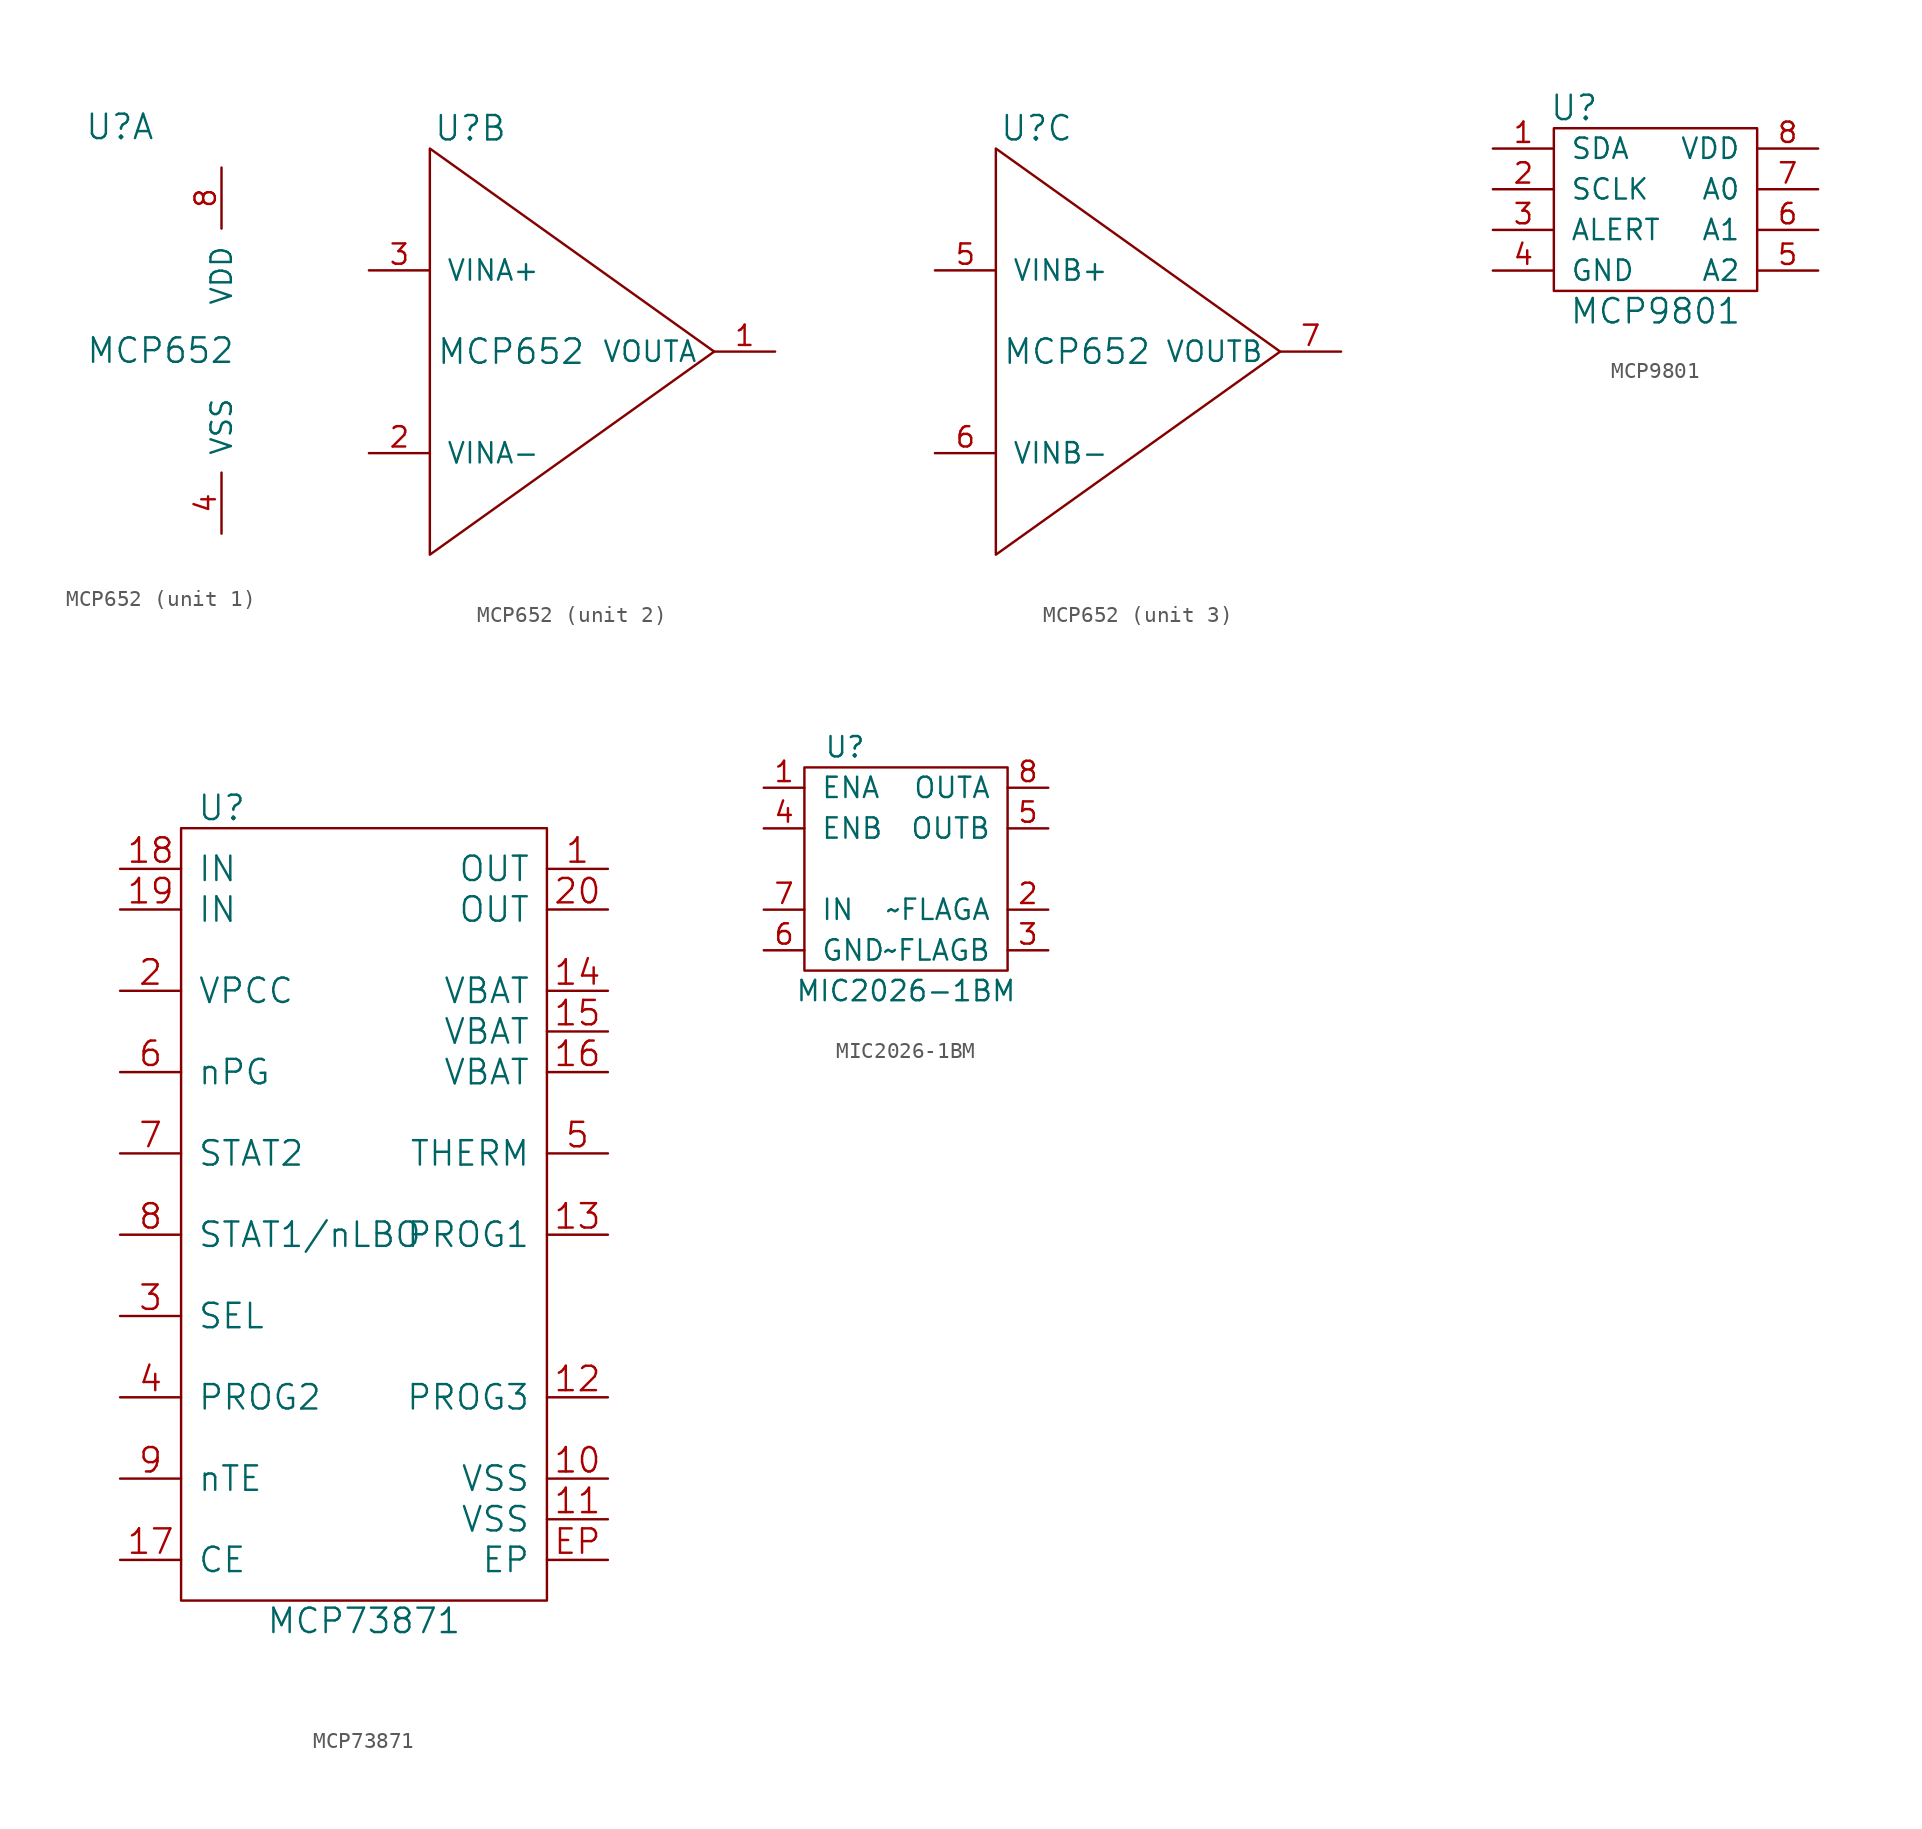
<source format=kicad_sym>
(kicad_symbol_lib
  (version 20210619)
  (generator kicad_symbol_editor)
  (symbol "tinkerforge:MCP652"
    (pin_names
      (offset 1.016))
    (property "Reference" "U"
      (at -6.35 13.97 0)
      (effects (font (size 1.524 1.524))))
    (property "Value" "MCP652"
      (at -3.81 0 0)
      (effects (font (size 1.524 1.524))))
    (property "Footprint" ""
      (at 0 0 0)
      (effects (font (size 1.524 1.524))))
    (property "Datasheet" ""
      (at 0 0 0)
      (effects (font (size 1.524 1.524))))
    (symbol "MCP652_1_1"
      (pin passive line (at 0 -11.43 90) (length 3.81) (name "VSS" (effects (font (size 1.27 1.27)))) (number "4" (effects (font (size 1.27 1.27)))))
      (pin passive line (at 0 11.43 270) (length 3.81) (name "VDD" (effects (font (size 1.27 1.27)))) (number "8" (effects (font (size 1.27 1.27))))))
    (symbol "MCP652_2_1"
      (polyline (pts (xy -8.89 12.7) (xy -8.89 -12.7) (xy 8.89 0) (xy -8.89 12.7) (xy -8.89 12.7)) (stroke (width 0)) (fill (type none)))
      (pin passive line (at 12.7 0 180) (length 3.81) (name "VOUTA" (effects (font (size 1.27 1.27)))) (number "1" (effects (font (size 1.27 1.27)))))
      (pin passive line (at -12.7 -6.35 0) (length 3.81) (name "VINA-" (effects (font (size 1.27 1.27)))) (number "2" (effects (font (size 1.27 1.27)))))
      (pin passive line (at -12.7 5.08 0) (length 3.81) (name "VINA+" (effects (font (size 1.27 1.27)))) (number "3" (effects (font (size 1.27 1.27))))))
    (symbol "MCP652_3_1"
      (polyline (pts (xy -8.89 12.7) (xy -8.89 -12.7) (xy 8.89 0) (xy -8.89 12.7) (xy -8.89 12.7) (xy -8.89 12.7)) (stroke (width 0)) (fill (type none)))
      (pin passive line (at -12.7 5.08 0) (length 3.81) (name "VINB+" (effects (font (size 1.27 1.27)))) (number "5" (effects (font (size 1.27 1.27)))))
      (pin passive line (at -12.7 -6.35 0) (length 3.81) (name "VINB-" (effects (font (size 1.27 1.27)))) (number "6" (effects (font (size 1.27 1.27)))))
      (pin passive line (at 12.7 0 180) (length 3.81) (name "VOUTB" (effects (font (size 1.27 1.27)))) (number "7" (effects (font (size 1.27 1.27)))))))
  (symbol "tinkerforge:MCP9801"
    (pin_names
      (offset 1.016))
    (property "Reference" "U"
      (at -5.08 6.35 0)
      (effects (font (size 1.524 1.524))))
    (property "Value" "MCP9801"
      (at 0 -6.35 0)
      (effects (font (size 1.524 1.524))))
    (property "Footprint" ""
      (at 0 0 0)
      (effects (font (size 1.524 1.524))))
    (property "Datasheet" ""
      (at 0 0 0)
      (effects (font (size 1.524 1.524))))
    (symbol "MCP9801_0_1"
      (rectangle (start -6.35 5.08) (end 6.35 -5.08) (stroke (width 0)) (fill (type none))))
    (symbol "MCP9801_1_1"
      (pin passive line (at -10.16 3.81 0) (length 3.81) (name "SDA" (effects (font (size 1.27 1.27)))) (number "1" (effects (font (size 1.27 1.27)))))
      (pin passive line (at -10.16 1.27 0) (length 3.81) (name "SCLK" (effects (font (size 1.27 1.27)))) (number "2" (effects (font (size 1.27 1.27)))))
      (pin passive line (at -10.16 -1.27 0) (length 3.81) (name "ALERT" (effects (font (size 1.27 1.27)))) (number "3" (effects (font (size 1.27 1.27)))))
      (pin passive line (at -10.16 -3.81 0) (length 3.81) (name "GND" (effects (font (size 1.27 1.27)))) (number "4" (effects (font (size 1.27 1.27)))))
      (pin passive line (at 10.16 -3.81 180) (length 3.81) (name "A2" (effects (font (size 1.27 1.27)))) (number "5" (effects (font (size 1.27 1.27)))))
      (pin passive line (at 10.16 -1.27 180) (length 3.81) (name "A1" (effects (font (size 1.27 1.27)))) (number "6" (effects (font (size 1.27 1.27)))))
      (pin passive line (at 10.16 1.27 180) (length 3.81) (name "A0" (effects (font (size 1.27 1.27)))) (number "7" (effects (font (size 1.27 1.27)))))
      (pin passive line (at 10.16 3.81 180) (length 3.81) (name "VDD" (effects (font (size 1.27 1.27)))) (number "8" (effects (font (size 1.27 1.27)))))))
  (symbol "tinkerforge:MCP73871"
    (pin_names
      (offset 1.016))
    (property "Reference" "U"
      (at -8.89 25.4 0)
      (effects (font (size 1.524 1.524))))
    (property "Value" "MCP73871"
      (at 0 -25.4 0)
      (effects (font (size 1.524 1.524))))
    (property "Footprint" ""
      (at -1.27 25.4 0)
      (effects (font (size 1.524 1.524))))
    (property "Datasheet" ""
      (at -1.27 25.4 0)
      (effects (font (size 1.524 1.524))))
    (symbol "MCP73871_0_1"
      (rectangle (start -11.43 24.13) (end 11.43 -24.13) (stroke (width 0)) (fill (type none))))
    (symbol "MCP73871_1_1"
      (pin passive line (at 15.24 21.59 180) (length 3.81) (name "OUT" (effects (font (size 1.524 1.524)))) (number "1" (effects (font (size 1.524 1.524)))))
      (pin passive line (at 15.24 -16.51 180) (length 3.81) (name "VSS" (effects (font (size 1.524 1.524)))) (number "10" (effects (font (size 1.524 1.524)))))
      (pin passive line (at 15.24 -19.05 180) (length 3.81) (name "VSS" (effects (font (size 1.524 1.524)))) (number "11" (effects (font (size 1.524 1.524)))))
      (pin passive line (at 15.24 -11.43 180) (length 3.81) (name "PROG3" (effects (font (size 1.524 1.524)))) (number "12" (effects (font (size 1.524 1.524)))))
      (pin passive line (at 15.24 -1.27 180) (length 3.81) (name "PROG1" (effects (font (size 1.524 1.524)))) (number "13" (effects (font (size 1.524 1.524)))))
      (pin passive line (at 15.24 13.97 180) (length 3.81) (name "VBAT" (effects (font (size 1.524 1.524)))) (number "14" (effects (font (size 1.524 1.524)))))
      (pin passive line (at 15.24 11.43 180) (length 3.81) (name "VBAT" (effects (font (size 1.524 1.524)))) (number "15" (effects (font (size 1.524 1.524)))))
      (pin passive line (at 15.24 8.89 180) (length 3.81) (name "VBAT" (effects (font (size 1.524 1.524)))) (number "16" (effects (font (size 1.524 1.524)))))
      (pin passive line (at -15.24 -21.59 0) (length 3.81) (name "CE" (effects (font (size 1.524 1.524)))) (number "17" (effects (font (size 1.524 1.524)))))
      (pin passive line (at -15.24 21.59 0) (length 3.81) (name "IN" (effects (font (size 1.524 1.524)))) (number "18" (effects (font (size 1.524 1.524)))))
      (pin passive line (at -15.24 19.05 0) (length 3.81) (name "IN" (effects (font (size 1.524 1.524)))) (number "19" (effects (font (size 1.524 1.524)))))
      (pin passive line (at -15.24 13.97 0) (length 3.81) (name "VPCC" (effects (font (size 1.524 1.524)))) (number "2" (effects (font (size 1.524 1.524)))))
      (pin passive line (at 15.24 19.05 180) (length 3.81) (name "OUT" (effects (font (size 1.524 1.524)))) (number "20" (effects (font (size 1.524 1.524)))))
      (pin passive line (at -15.24 -6.35 0) (length 3.81) (name "SEL" (effects (font (size 1.524 1.524)))) (number "3" (effects (font (size 1.524 1.524)))))
      (pin passive line (at -15.24 -11.43 0) (length 3.81) (name "PROG2" (effects (font (size 1.524 1.524)))) (number "4" (effects (font (size 1.524 1.524)))))
      (pin passive line (at 15.24 3.81 180) (length 3.81) (name "THERM" (effects (font (size 1.524 1.524)))) (number "5" (effects (font (size 1.524 1.524)))))
      (pin passive line (at -15.24 8.89 0) (length 3.81) (name "nPG" (effects (font (size 1.524 1.524)))) (number "6" (effects (font (size 1.524 1.524)))))
      (pin passive line (at -15.24 3.81 0) (length 3.81) (name "STAT2" (effects (font (size 1.524 1.524)))) (number "7" (effects (font (size 1.524 1.524)))))
      (pin passive line (at -15.24 -1.27 0) (length 3.81) (name "STAT1/nLBO" (effects (font (size 1.524 1.524)))) (number "8" (effects (font (size 1.524 1.524)))))
      (pin passive line (at -15.24 -16.51 0) (length 3.81) (name "nTE" (effects (font (size 1.524 1.524)))) (number "9" (effects (font (size 1.524 1.524)))))
      (pin passive line (at 15.24 -21.59 180) (length 3.81) (name "EP" (effects (font (size 1.524 1.524)))) (number "EP" (effects (font (size 1.524 1.524)))))))
  (symbol "tinkerforge:MIC2026-1BM"
    (pin_names
      (offset 1.016))
    (property "Reference" "U"
      (at -3.81 7.62 0)
      (effects (font (size 1.27 1.27))))
    (property "Value" "MIC2026-1BM"
      (at 0 -7.62 0)
      (effects (font (size 1.27 1.27))))
    (symbol "MIC2026-1BM_0_1"
      (rectangle (start -6.35 6.35) (end 6.35 -6.35) (stroke (width 0)) (fill (type none))))
    (symbol "MIC2026-1BM_1_1"
      (pin passive line (at -8.89 5.08 0) (length 2.54) (name "ENA" (effects (font (size 1.27 1.27)))) (number "1" (effects (font (size 1.27 1.27)))))
      (pin passive line (at 8.89 -2.54 180) (length 2.54) (name "~FLAGA" (effects (font (size 1.27 1.27)))) (number "2" (effects (font (size 1.27 1.27)))))
      (pin passive line (at 8.89 -5.08 180) (length 2.54) (name "~FLAGB" (effects (font (size 1.27 1.27)))) (number "3" (effects (font (size 1.27 1.27)))))
      (pin passive line (at -8.89 2.54 0) (length 2.54) (name "ENB" (effects (font (size 1.27 1.27)))) (number "4" (effects (font (size 1.27 1.27)))))
      (pin passive line (at 8.89 2.54 180) (length 2.54) (name "OUTB" (effects (font (size 1.27 1.27)))) (number "5" (effects (font (size 1.27 1.27)))))
      (pin passive line (at -8.89 -5.08 0) (length 2.54) (name "GND" (effects (font (size 1.27 1.27)))) (number "6" (effects (font (size 1.27 1.27)))))
      (pin passive line (at -8.89 -2.54 0) (length 2.54) (name "IN" (effects (font (size 1.27 1.27)))) (number "7" (effects (font (size 1.27 1.27)))))
      (pin passive line (at 8.89 5.08 180) (length 2.54) (name "OUTA" (effects (font (size 1.27 1.27)))) (number "8" (effects (font (size 1.27 1.27))))))))
</source>
